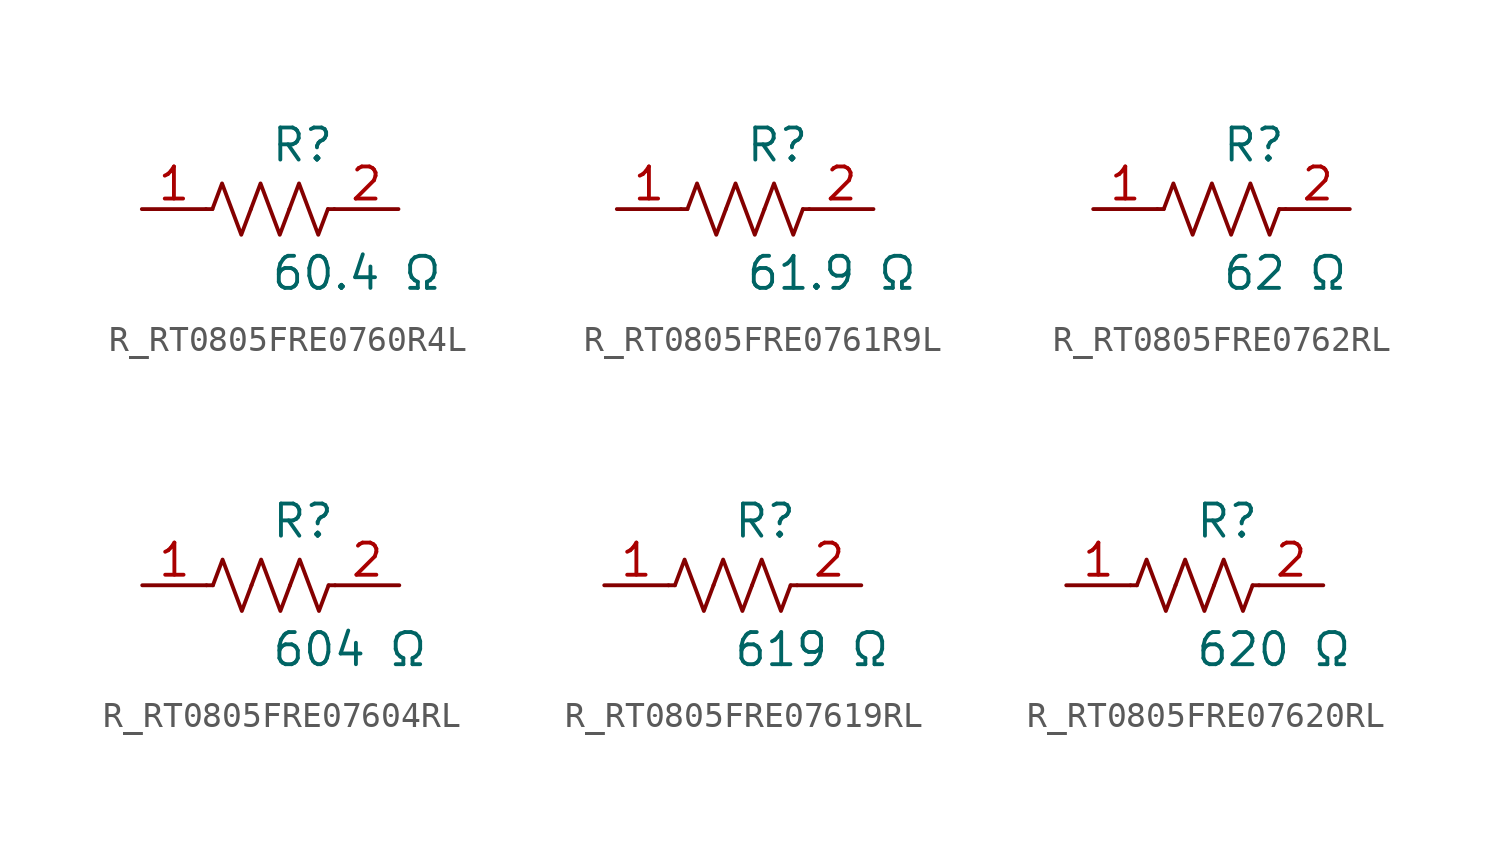
<source format=kicad_sym>
(kicad_symbol_lib
  (version 20231120)
  (generator kicad_symbol_editor)
  (generator_version 8.0)
  (symbol "R_RT0805FRE0760R4L"
    (pin_names
      (offset 0.254))
    (property "Reference" "R"
      (at 0.0 2.54 0)
      (effects (font (size 1.27 1.27)) (justify left)))
    (property "Value" "60.4 Ω"
      (at 0.0 -2.54 0)
      (effects (font (size 1.27 1.27)) (justify left)))
    (symbol "R_RT0805FRE0760R4L_0_1"
      (polyline (pts (xy 2.286 0) (xy 2.54 0)) (stroke (width 0) (type default)) (fill (type none)))
      (polyline (pts (xy -2.286 0) (xy -2.54 0)) (stroke (width 0) (type default)) (fill (type none)))
      (polyline (pts (xy 0.762 0) (xy 1.143 1.016) (xy 1.524 0) (xy 1.905 -1.016) (xy 2.286 0)) (stroke (width 0) (type default)) (fill (type none)))
      (polyline (pts (xy -0.762 0) (xy -0.381 1.016) (xy 0 0) (xy 0.381 -1.016) (xy 0.762 0)) (stroke (width 0) (type default)) (fill (type none)))
      (polyline (pts (xy -2.286 0) (xy -1.905 1.016) (xy -1.524 0) (xy -1.143 -1.016) (xy -0.762 0)) (stroke (width 0) (type default)) (fill (type none))))
    (pin unspecified line
      (at -5.08 0 0)
      (length 2.54)
      (name "" (effects (font (size 1.27 1.27))))
      (number "1" (effects (font (size 1.27 1.27)))))
    (pin unspecified line
      (at 5.08 0 180)
      (length 2.54)
      (name "" (effects (font (size 1.27 1.27))))
      (number "2" (effects (font (size 1.27 1.27))))))
  (symbol "R_RT0805FRE0761R9L"
    (pin_names
      (offset 0.254))
    (property "Reference" "R"
      (at 0.0 2.54 0)
      (effects (font (size 1.27 1.27)) (justify left)))
    (property "Value" "61.9 Ω"
      (at 0.0 -2.54 0)
      (effects (font (size 1.27 1.27)) (justify left)))
    (symbol "R_RT0805FRE0761R9L_0_1"
      (polyline (pts (xy 2.286 0) (xy 2.54 0)) (stroke (width 0) (type default)) (fill (type none)))
      (polyline (pts (xy -2.286 0) (xy -2.54 0)) (stroke (width 0) (type default)) (fill (type none)))
      (polyline (pts (xy 0.762 0) (xy 1.143 1.016) (xy 1.524 0) (xy 1.905 -1.016) (xy 2.286 0)) (stroke (width 0) (type default)) (fill (type none)))
      (polyline (pts (xy -0.762 0) (xy -0.381 1.016) (xy 0 0) (xy 0.381 -1.016) (xy 0.762 0)) (stroke (width 0) (type default)) (fill (type none)))
      (polyline (pts (xy -2.286 0) (xy -1.905 1.016) (xy -1.524 0) (xy -1.143 -1.016) (xy -0.762 0)) (stroke (width 0) (type default)) (fill (type none))))
    (pin unspecified line
      (at -5.08 0 0)
      (length 2.54)
      (name "" (effects (font (size 1.27 1.27))))
      (number "1" (effects (font (size 1.27 1.27)))))
    (pin unspecified line
      (at 5.08 0 180)
      (length 2.54)
      (name "" (effects (font (size 1.27 1.27))))
      (number "2" (effects (font (size 1.27 1.27))))))
  (symbol "R_RT0805FRE0762RL"
    (pin_names
      (offset 0.254))
    (property "Reference" "R"
      (at 0.0 2.54 0)
      (effects (font (size 1.27 1.27)) (justify left)))
    (property "Value" "62 Ω"
      (at 0.0 -2.54 0)
      (effects (font (size 1.27 1.27)) (justify left)))
    (symbol "R_RT0805FRE0762RL_0_1"
      (polyline (pts (xy 2.286 0) (xy 2.54 0)) (stroke (width 0) (type default)) (fill (type none)))
      (polyline (pts (xy -2.286 0) (xy -2.54 0)) (stroke (width 0) (type default)) (fill (type none)))
      (polyline (pts (xy 0.762 0) (xy 1.143 1.016) (xy 1.524 0) (xy 1.905 -1.016) (xy 2.286 0)) (stroke (width 0) (type default)) (fill (type none)))
      (polyline (pts (xy -0.762 0) (xy -0.381 1.016) (xy 0 0) (xy 0.381 -1.016) (xy 0.762 0)) (stroke (width 0) (type default)) (fill (type none)))
      (polyline (pts (xy -2.286 0) (xy -1.905 1.016) (xy -1.524 0) (xy -1.143 -1.016) (xy -0.762 0)) (stroke (width 0) (type default)) (fill (type none))))
    (pin unspecified line
      (at -5.08 0 0)
      (length 2.54)
      (name "" (effects (font (size 1.27 1.27))))
      (number "1" (effects (font (size 1.27 1.27)))))
    (pin unspecified line
      (at 5.08 0 180)
      (length 2.54)
      (name "" (effects (font (size 1.27 1.27))))
      (number "2" (effects (font (size 1.27 1.27))))))
  (symbol "R_RT0805FRE07604RL"
    (pin_names
      (offset 0.254))
    (property "Reference" "R"
      (at 0.0 2.54 0)
      (effects (font (size 1.27 1.27)) (justify left)))
    (property "Value" "604 Ω"
      (at 0.0 -2.54 0)
      (effects (font (size 1.27 1.27)) (justify left)))
    (symbol "R_RT0805FRE07604RL_0_1"
      (polyline (pts (xy 2.286 0) (xy 2.54 0)) (stroke (width 0) (type default)) (fill (type none)))
      (polyline (pts (xy -2.286 0) (xy -2.54 0)) (stroke (width 0) (type default)) (fill (type none)))
      (polyline (pts (xy 0.762 0) (xy 1.143 1.016) (xy 1.524 0) (xy 1.905 -1.016) (xy 2.286 0)) (stroke (width 0) (type default)) (fill (type none)))
      (polyline (pts (xy -0.762 0) (xy -0.381 1.016) (xy 0 0) (xy 0.381 -1.016) (xy 0.762 0)) (stroke (width 0) (type default)) (fill (type none)))
      (polyline (pts (xy -2.286 0) (xy -1.905 1.016) (xy -1.524 0) (xy -1.143 -1.016) (xy -0.762 0)) (stroke (width 0) (type default)) (fill (type none))))
    (pin unspecified line
      (at -5.08 0 0)
      (length 2.54)
      (name "" (effects (font (size 1.27 1.27))))
      (number "1" (effects (font (size 1.27 1.27)))))
    (pin unspecified line
      (at 5.08 0 180)
      (length 2.54)
      (name "" (effects (font (size 1.27 1.27))))
      (number "2" (effects (font (size 1.27 1.27))))))
  (symbol "R_RT0805FRE07619RL"
    (pin_names
      (offset 0.254))
    (property "Reference" "R"
      (at 0.0 2.54 0)
      (effects (font (size 1.27 1.27)) (justify left)))
    (property "Value" "619 Ω"
      (at 0.0 -2.54 0)
      (effects (font (size 1.27 1.27)) (justify left)))
    (symbol "R_RT0805FRE07619RL_0_1"
      (polyline (pts (xy 2.286 0) (xy 2.54 0)) (stroke (width 0) (type default)) (fill (type none)))
      (polyline (pts (xy -2.286 0) (xy -2.54 0)) (stroke (width 0) (type default)) (fill (type none)))
      (polyline (pts (xy 0.762 0) (xy 1.143 1.016) (xy 1.524 0) (xy 1.905 -1.016) (xy 2.286 0)) (stroke (width 0) (type default)) (fill (type none)))
      (polyline (pts (xy -0.762 0) (xy -0.381 1.016) (xy 0 0) (xy 0.381 -1.016) (xy 0.762 0)) (stroke (width 0) (type default)) (fill (type none)))
      (polyline (pts (xy -2.286 0) (xy -1.905 1.016) (xy -1.524 0) (xy -1.143 -1.016) (xy -0.762 0)) (stroke (width 0) (type default)) (fill (type none))))
    (pin unspecified line
      (at -5.08 0 0)
      (length 2.54)
      (name "" (effects (font (size 1.27 1.27))))
      (number "1" (effects (font (size 1.27 1.27)))))
    (pin unspecified line
      (at 5.08 0 180)
      (length 2.54)
      (name "" (effects (font (size 1.27 1.27))))
      (number "2" (effects (font (size 1.27 1.27))))))
  (symbol "R_RT0805FRE07620RL"
    (pin_names
      (offset 0.254))
    (property "Reference" "R"
      (at 0.0 2.54 0)
      (effects (font (size 1.27 1.27)) (justify left)))
    (property "Value" "620 Ω"
      (at 0.0 -2.54 0)
      (effects (font (size 1.27 1.27)) (justify left)))
    (symbol "R_RT0805FRE07620RL_0_1"
      (polyline (pts (xy 2.286 0) (xy 2.54 0)) (stroke (width 0) (type default)) (fill (type none)))
      (polyline (pts (xy -2.286 0) (xy -2.54 0)) (stroke (width 0) (type default)) (fill (type none)))
      (polyline (pts (xy 0.762 0) (xy 1.143 1.016) (xy 1.524 0) (xy 1.905 -1.016) (xy 2.286 0)) (stroke (width 0) (type default)) (fill (type none)))
      (polyline (pts (xy -0.762 0) (xy -0.381 1.016) (xy 0 0) (xy 0.381 -1.016) (xy 0.762 0)) (stroke (width 0) (type default)) (fill (type none)))
      (polyline (pts (xy -2.286 0) (xy -1.905 1.016) (xy -1.524 0) (xy -1.143 -1.016) (xy -0.762 0)) (stroke (width 0) (type default)) (fill (type none))))
    (pin unspecified line
      (at -5.08 0 0)
      (length 2.54)
      (name "" (effects (font (size 1.27 1.27))))
      (number "1" (effects (font (size 1.27 1.27)))))
    (pin unspecified line
      (at 5.08 0 180)
      (length 2.54)
      (name "" (effects (font (size 1.27 1.27))))
      (number "2" (effects (font (size 1.27 1.27)))))))
</source>
